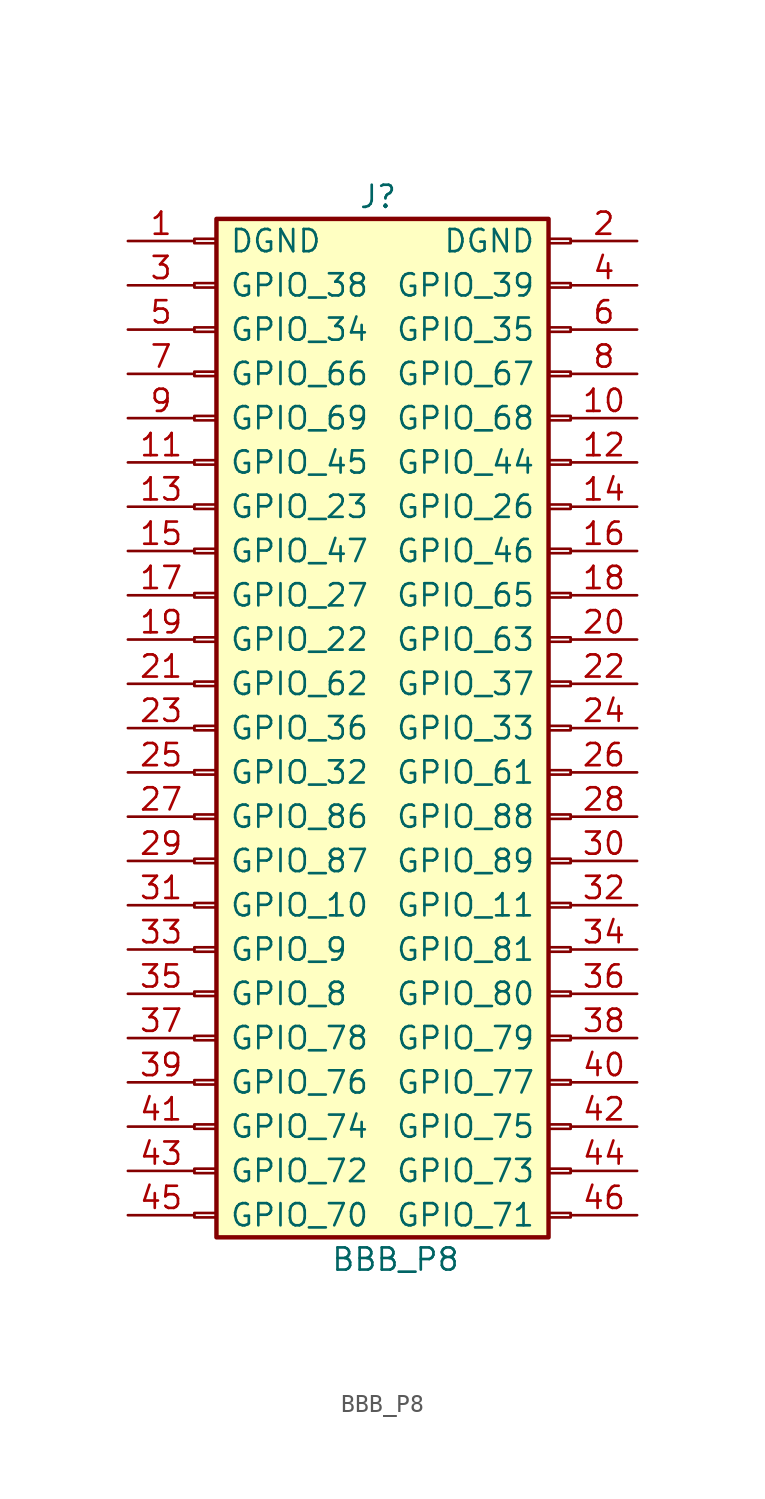
<source format=kicad_sym>
(kicad_symbol_lib
  (version 20211014)
  (generator kicad_symbol_editor)
  (symbol "BBB_P8"
    (pin_names
      (offset 2))
    (property "Reference" "J"
      (at 8 30.48 0)
      (effects (font (size 1.27 1.27))))
    (property "Value" "BBB_P8"
      (at 9 -30.48 0)
      (effects (font (size 1.27 1.27))))
    (symbol "BBB_P8_1_1"
      (rectangle (start -2.54 -27.813) (end -1.27 -28.067) (stroke (width 0.152) (type default) (color 0 0 0 0)) (fill (type none)))
      (rectangle (start -2.54 -25.273) (end -1.27 -25.527) (stroke (width 0.152) (type default) (color 0 0 0 0)) (fill (type none)))
      (rectangle (start -2.54 -22.733) (end -1.27 -22.987) (stroke (width 0.152) (type default) (color 0 0 0 0)) (fill (type none)))
      (rectangle (start -2.54 -20.193) (end -1.27 -20.447) (stroke (width 0.152) (type default) (color 0 0 0 0)) (fill (type none)))
      (rectangle (start -2.54 -17.653) (end -1.27 -17.907) (stroke (width 0.152) (type default) (color 0 0 0 0)) (fill (type none)))
      (rectangle (start -2.54 -15.113) (end -1.27 -15.367) (stroke (width 0.152) (type default) (color 0 0 0 0)) (fill (type none)))
      (rectangle (start -2.54 -12.573) (end -1.27 -12.827) (stroke (width 0.152) (type default) (color 0 0 0 0)) (fill (type none)))
      (rectangle (start -2.54 -10.033) (end -1.27 -10.287) (stroke (width 0.152) (type default) (color 0 0 0 0)) (fill (type none)))
      (rectangle (start -2.54 -7.493) (end -1.27 -7.747) (stroke (width 0.152) (type default) (color 0 0 0 0)) (fill (type none)))
      (rectangle (start -2.54 -4.953) (end -1.27 -5.207) (stroke (width 0.152) (type default) (color 0 0 0 0)) (fill (type none)))
      (rectangle (start -2.54 -2.413) (end -1.27 -2.667) (stroke (width 0.152) (type default) (color 0 0 0 0)) (fill (type none)))
      (rectangle (start -2.54 0.127) (end -1.27 -0.127) (stroke (width 0.152) (type default) (color 0 0 0 0)) (fill (type none)))
      (rectangle (start -2.54 2.667) (end -1.27 2.413) (stroke (width 0.152) (type default) (color 0 0 0 0)) (fill (type none)))
      (rectangle (start -2.54 5.207) (end -1.27 4.953) (stroke (width 0.152) (type default) (color 0 0 0 0)) (fill (type none)))
      (rectangle (start -2.54 7.747) (end -1.27 7.493) (stroke (width 0.152) (type default) (color 0 0 0 0)) (fill (type none)))
      (rectangle (start -2.54 10.287) (end -1.27 10.033) (stroke (width 0.152) (type default) (color 0 0 0 0)) (fill (type none)))
      (rectangle (start -2.54 12.827) (end -1.27 12.573) (stroke (width 0.152) (type default) (color 0 0 0 0)) (fill (type none)))
      (rectangle (start -2.54 15.367) (end -1.27 15.113) (stroke (width 0.152) (type default) (color 0 0 0 0)) (fill (type none)))
      (rectangle (start -2.54 17.907) (end -1.27 17.653) (stroke (width 0.152) (type default) (color 0 0 0 0)) (fill (type none)))
      (rectangle (start -2.54 20.447) (end -1.27 20.193) (stroke (width 0.152) (type default) (color 0 0 0 0)) (fill (type none)))
      (rectangle (start -2.54 22.987) (end -1.27 22.733) (stroke (width 0.152) (type default) (color 0 0 0 0)) (fill (type none)))
      (rectangle (start -2.54 25.527) (end -1.27 25.273) (stroke (width 0.152) (type default) (color 0 0 0 0)) (fill (type none)))
      (rectangle (start -2.54 28.067) (end -1.27 27.813) (stroke (width 0.152) (type default) (color 0 0 0 0)) (fill (type none)))
      (rectangle (start -1.27 29.21) (end 17.78 -29.21) (stroke (width 0.254) (type default) (color 0 0 0 0)) (fill (type background)))
      (rectangle (start 19.05 -27.813) (end 17.78 -28.067) (stroke (width 0.152) (type default) (color 0 0 0 0)) (fill (type none)))
      (rectangle (start 19.05 -25.273) (end 17.78 -25.527) (stroke (width 0.152) (type default) (color 0 0 0 0)) (fill (type none)))
      (rectangle (start 19.05 -22.733) (end 17.78 -22.987) (stroke (width 0.152) (type default) (color 0 0 0 0)) (fill (type none)))
      (rectangle (start 19.05 -20.193) (end 17.78 -20.447) (stroke (width 0.152) (type default) (color 0 0 0 0)) (fill (type none)))
      (rectangle (start 19.05 -17.653) (end 17.78 -17.907) (stroke (width 0.152) (type default) (color 0 0 0 0)) (fill (type none)))
      (rectangle (start 19.05 -15.113) (end 17.78 -15.367) (stroke (width 0.152) (type default) (color 0 0 0 0)) (fill (type none)))
      (rectangle (start 19.05 -12.573) (end 17.78 -12.827) (stroke (width 0.152) (type default) (color 0 0 0 0)) (fill (type none)))
      (rectangle (start 19.05 -10.033) (end 17.78 -10.287) (stroke (width 0.152) (type default) (color 0 0 0 0)) (fill (type none)))
      (rectangle (start 19.05 -7.493) (end 17.78 -7.747) (stroke (width 0.152) (type default) (color 0 0 0 0)) (fill (type none)))
      (rectangle (start 19.05 -4.953) (end 17.78 -5.207) (stroke (width 0.152) (type default) (color 0 0 0 0)) (fill (type none)))
      (rectangle (start 19.05 -2.413) (end 17.78 -2.667) (stroke (width 0.152) (type default) (color 0 0 0 0)) (fill (type none)))
      (rectangle (start 19.05 0.127) (end 17.78 -0.127) (stroke (width 0.152) (type default) (color 0 0 0 0)) (fill (type none)))
      (rectangle (start 19.05 2.667) (end 17.78 2.413) (stroke (width 0.152) (type default) (color 0 0 0 0)) (fill (type none)))
      (rectangle (start 19.05 5.207) (end 17.78 4.953) (stroke (width 0.152) (type default) (color 0 0 0 0)) (fill (type none)))
      (rectangle (start 19.05 7.747) (end 17.78 7.493) (stroke (width 0.152) (type default) (color 0 0 0 0)) (fill (type none)))
      (rectangle (start 19.05 10.287) (end 17.78 10.033) (stroke (width 0.152) (type default) (color 0 0 0 0)) (fill (type none)))
      (rectangle (start 19.05 12.827) (end 17.78 12.573) (stroke (width 0.152) (type default) (color 0 0 0 0)) (fill (type none)))
      (rectangle (start 19.05 15.367) (end 17.78 15.113) (stroke (width 0.152) (type default) (color 0 0 0 0)) (fill (type none)))
      (rectangle (start 19.05 17.907) (end 17.78 17.653) (stroke (width 0.152) (type default) (color 0 0 0 0)) (fill (type none)))
      (rectangle (start 19.05 20.447) (end 17.78 20.193) (stroke (width 0.152) (type default) (color 0 0 0 0)) (fill (type none)))
      (rectangle (start 19.05 22.987) (end 17.78 22.733) (stroke (width 0.152) (type default) (color 0 0 0 0)) (fill (type none)))
      (rectangle (start 19.05 25.527) (end 17.78 25.273) (stroke (width 0.152) (type default) (color 0 0 0 0)) (fill (type none)))
      (rectangle (start 19.05 28.067) (end 17.78 27.813) (stroke (width 0.152) (type default) (color 0 0 0 0)) (fill (type none)))
      (pin passive line (at -6.35 27.94 0) (length 3.81) (name "DGND" (effects (font (size 1.27 1.27)))) (number "1" (effects (font (size 1.27 1.27)))))
      (pin passive line (at 22.86 17.78 180) (length 3.81) (name "GPIO_68" (effects (font (size 1.27 1.27)))) (number "10" (effects (font (size 1.27 1.27)))))
      (pin passive line (at -6.35 15.24 0) (length 3.81) (name "GPIO_45" (effects (font (size 1.27 1.27)))) (number "11" (effects (font (size 1.27 1.27)))))
      (pin passive line (at 22.86 15.24 180) (length 3.81) (name "GPIO_44" (effects (font (size 1.27 1.27)))) (number "12" (effects (font (size 1.27 1.27)))))
      (pin passive line (at -6.35 12.7 0) (length 3.81) (name "GPIO_23" (effects (font (size 1.27 1.27)))) (number "13" (effects (font (size 1.27 1.27)))))
      (pin passive line (at 22.86 12.7 180) (length 3.81) (name "GPIO_26" (effects (font (size 1.27 1.27)))) (number "14" (effects (font (size 1.27 1.27)))))
      (pin passive line (at -6.35 10.16 0) (length 3.81) (name "GPIO_47" (effects (font (size 1.27 1.27)))) (number "15" (effects (font (size 1.27 1.27)))))
      (pin passive line (at 22.86 10.16 180) (length 3.81) (name "GPIO_46" (effects (font (size 1.27 1.27)))) (number "16" (effects (font (size 1.27 1.27)))))
      (pin passive line (at -6.35 7.62 0) (length 3.81) (name "GPIO_27" (effects (font (size 1.27 1.27)))) (number "17" (effects (font (size 1.27 1.27)))))
      (pin passive line (at 22.86 7.62 180) (length 3.81) (name "GPIO_65" (effects (font (size 1.27 1.27)))) (number "18" (effects (font (size 1.27 1.27)))))
      (pin passive line (at -6.35 5.08 0) (length 3.81) (name "GPIO_22" (effects (font (size 1.27 1.27)))) (number "19" (effects (font (size 1.27 1.27)))))
      (pin passive line (at 22.86 27.94 180) (length 3.81) (name "DGND" (effects (font (size 1.27 1.27)))) (number "2" (effects (font (size 1.27 1.27)))))
      (pin passive line (at 22.86 5.08 180) (length 3.81) (name "GPIO_63" (effects (font (size 1.27 1.27)))) (number "20" (effects (font (size 1.27 1.27)))))
      (pin passive line (at -6.35 2.54 0) (length 3.81) (name "GPIO_62" (effects (font (size 1.27 1.27)))) (number "21" (effects (font (size 1.27 1.27)))))
      (pin passive line (at 22.86 2.54 180) (length 3.81) (name "GPIO_37" (effects (font (size 1.27 1.27)))) (number "22" (effects (font (size 1.27 1.27)))))
      (pin passive line (at -6.35 0 0) (length 3.81) (name "GPIO_36" (effects (font (size 1.27 1.27)))) (number "23" (effects (font (size 1.27 1.27)))))
      (pin passive line (at 22.86 0 180) (length 3.81) (name "GPIO_33" (effects (font (size 1.27 1.27)))) (number "24" (effects (font (size 1.27 1.27)))))
      (pin passive line (at -6.35 -2.54 0) (length 3.81) (name "GPIO_32" (effects (font (size 1.27 1.27)))) (number "25" (effects (font (size 1.27 1.27)))))
      (pin passive line (at 22.86 -2.54 180) (length 3.81) (name "GPIO_61" (effects (font (size 1.27 1.27)))) (number "26" (effects (font (size 1.27 1.27)))))
      (pin passive line (at -6.35 -5.08 0) (length 3.81) (name "GPIO_86" (effects (font (size 1.27 1.27)))) (number "27" (effects (font (size 1.27 1.27)))))
      (pin passive line (at 22.86 -5.08 180) (length 3.81) (name "GPIO_88" (effects (font (size 1.27 1.27)))) (number "28" (effects (font (size 1.27 1.27)))))
      (pin passive line (at -6.35 -7.62 0) (length 3.81) (name "GPIO_87" (effects (font (size 1.27 1.27)))) (number "29" (effects (font (size 1.27 1.27)))))
      (pin passive line (at -6.35 25.4 0) (length 3.81) (name "GPIO_38" (effects (font (size 1.27 1.27)))) (number "3" (effects (font (size 1.27 1.27)))))
      (pin passive line (at 22.86 -7.62 180) (length 3.81) (name "GPIO_89" (effects (font (size 1.27 1.27)))) (number "30" (effects (font (size 1.27 1.27)))))
      (pin passive line (at -6.35 -10.16 0) (length 3.81) (name "GPIO_10" (effects (font (size 1.27 1.27)))) (number "31" (effects (font (size 1.27 1.27)))))
      (pin passive line (at 22.86 -10.16 180) (length 3.81) (name "GPIO_11" (effects (font (size 1.27 1.27)))) (number "32" (effects (font (size 1.27 1.27)))))
      (pin passive line (at -6.35 -12.7 0) (length 3.81) (name "GPIO_9" (effects (font (size 1.27 1.27)))) (number "33" (effects (font (size 1.27 1.27)))))
      (pin passive line (at 22.86 -12.7 180) (length 3.81) (name "GPIO_81" (effects (font (size 1.27 1.27)))) (number "34" (effects (font (size 1.27 1.27)))))
      (pin passive line (at -6.35 -15.24 0) (length 3.81) (name "GPIO_8" (effects (font (size 1.27 1.27)))) (number "35" (effects (font (size 1.27 1.27)))))
      (pin passive line (at 22.86 -15.24 180) (length 3.81) (name "GPIO_80" (effects (font (size 1.27 1.27)))) (number "36" (effects (font (size 1.27 1.27)))))
      (pin passive line (at -6.35 -17.78 0) (length 3.81) (name "GPIO_78" (effects (font (size 1.27 1.27)))) (number "37" (effects (font (size 1.27 1.27)))))
      (pin passive line (at 22.86 -17.78 180) (length 3.81) (name "GPIO_79" (effects (font (size 1.27 1.27)))) (number "38" (effects (font (size 1.27 1.27)))))
      (pin passive line (at -6.35 -20.32 0) (length 3.81) (name "GPIO_76" (effects (font (size 1.27 1.27)))) (number "39" (effects (font (size 1.27 1.27)))))
      (pin passive line (at 22.86 25.4 180) (length 3.81) (name "GPIO_39" (effects (font (size 1.27 1.27)))) (number "4" (effects (font (size 1.27 1.27)))))
      (pin passive line (at 22.86 -20.32 180) (length 3.81) (name "GPIO_77" (effects (font (size 1.27 1.27)))) (number "40" (effects (font (size 1.27 1.27)))))
      (pin passive line (at -6.35 -22.86 0) (length 3.81) (name "GPIO_74" (effects (font (size 1.27 1.27)))) (number "41" (effects (font (size 1.27 1.27)))))
      (pin passive line (at 22.86 -22.86 180) (length 3.81) (name "GPIO_75" (effects (font (size 1.27 1.27)))) (number "42" (effects (font (size 1.27 1.27)))))
      (pin passive line (at -6.35 -25.4 0) (length 3.81) (name "GPIO_72" (effects (font (size 1.27 1.27)))) (number "43" (effects (font (size 1.27 1.27)))))
      (pin passive line (at 22.86 -25.4 180) (length 3.81) (name "GPIO_73" (effects (font (size 1.27 1.27)))) (number "44" (effects (font (size 1.27 1.27)))))
      (pin passive line (at -6.35 -27.94 0) (length 3.81) (name "GPIO_70" (effects (font (size 1.27 1.27)))) (number "45" (effects (font (size 1.27 1.27)))))
      (pin passive line (at 22.86 -27.94 180) (length 3.81) (name "GPIO_71" (effects (font (size 1.27 1.27)))) (number "46" (effects (font (size 1.27 1.27)))))
      (pin passive line (at -6.35 22.86 0) (length 3.81) (name "GPIO_34" (effects (font (size 1.27 1.27)))) (number "5" (effects (font (size 1.27 1.27)))))
      (pin passive line (at 22.86 22.86 180) (length 3.81) (name "GPIO_35" (effects (font (size 1.27 1.27)))) (number "6" (effects (font (size 1.27 1.27)))))
      (pin passive line (at -6.35 20.32 0) (length 3.81) (name "GPIO_66" (effects (font (size 1.27 1.27)))) (number "7" (effects (font (size 1.27 1.27)))))
      (pin passive line (at 22.86 20.32 180) (length 3.81) (name "GPIO_67" (effects (font (size 1.27 1.27)))) (number "8" (effects (font (size 1.27 1.27)))))
      (pin passive line (at -6.35 17.78 0) (length 3.81) (name "GPIO_69" (effects (font (size 1.27 1.27)))) (number "9" (effects (font (size 1.27 1.27))))))))
</source>
